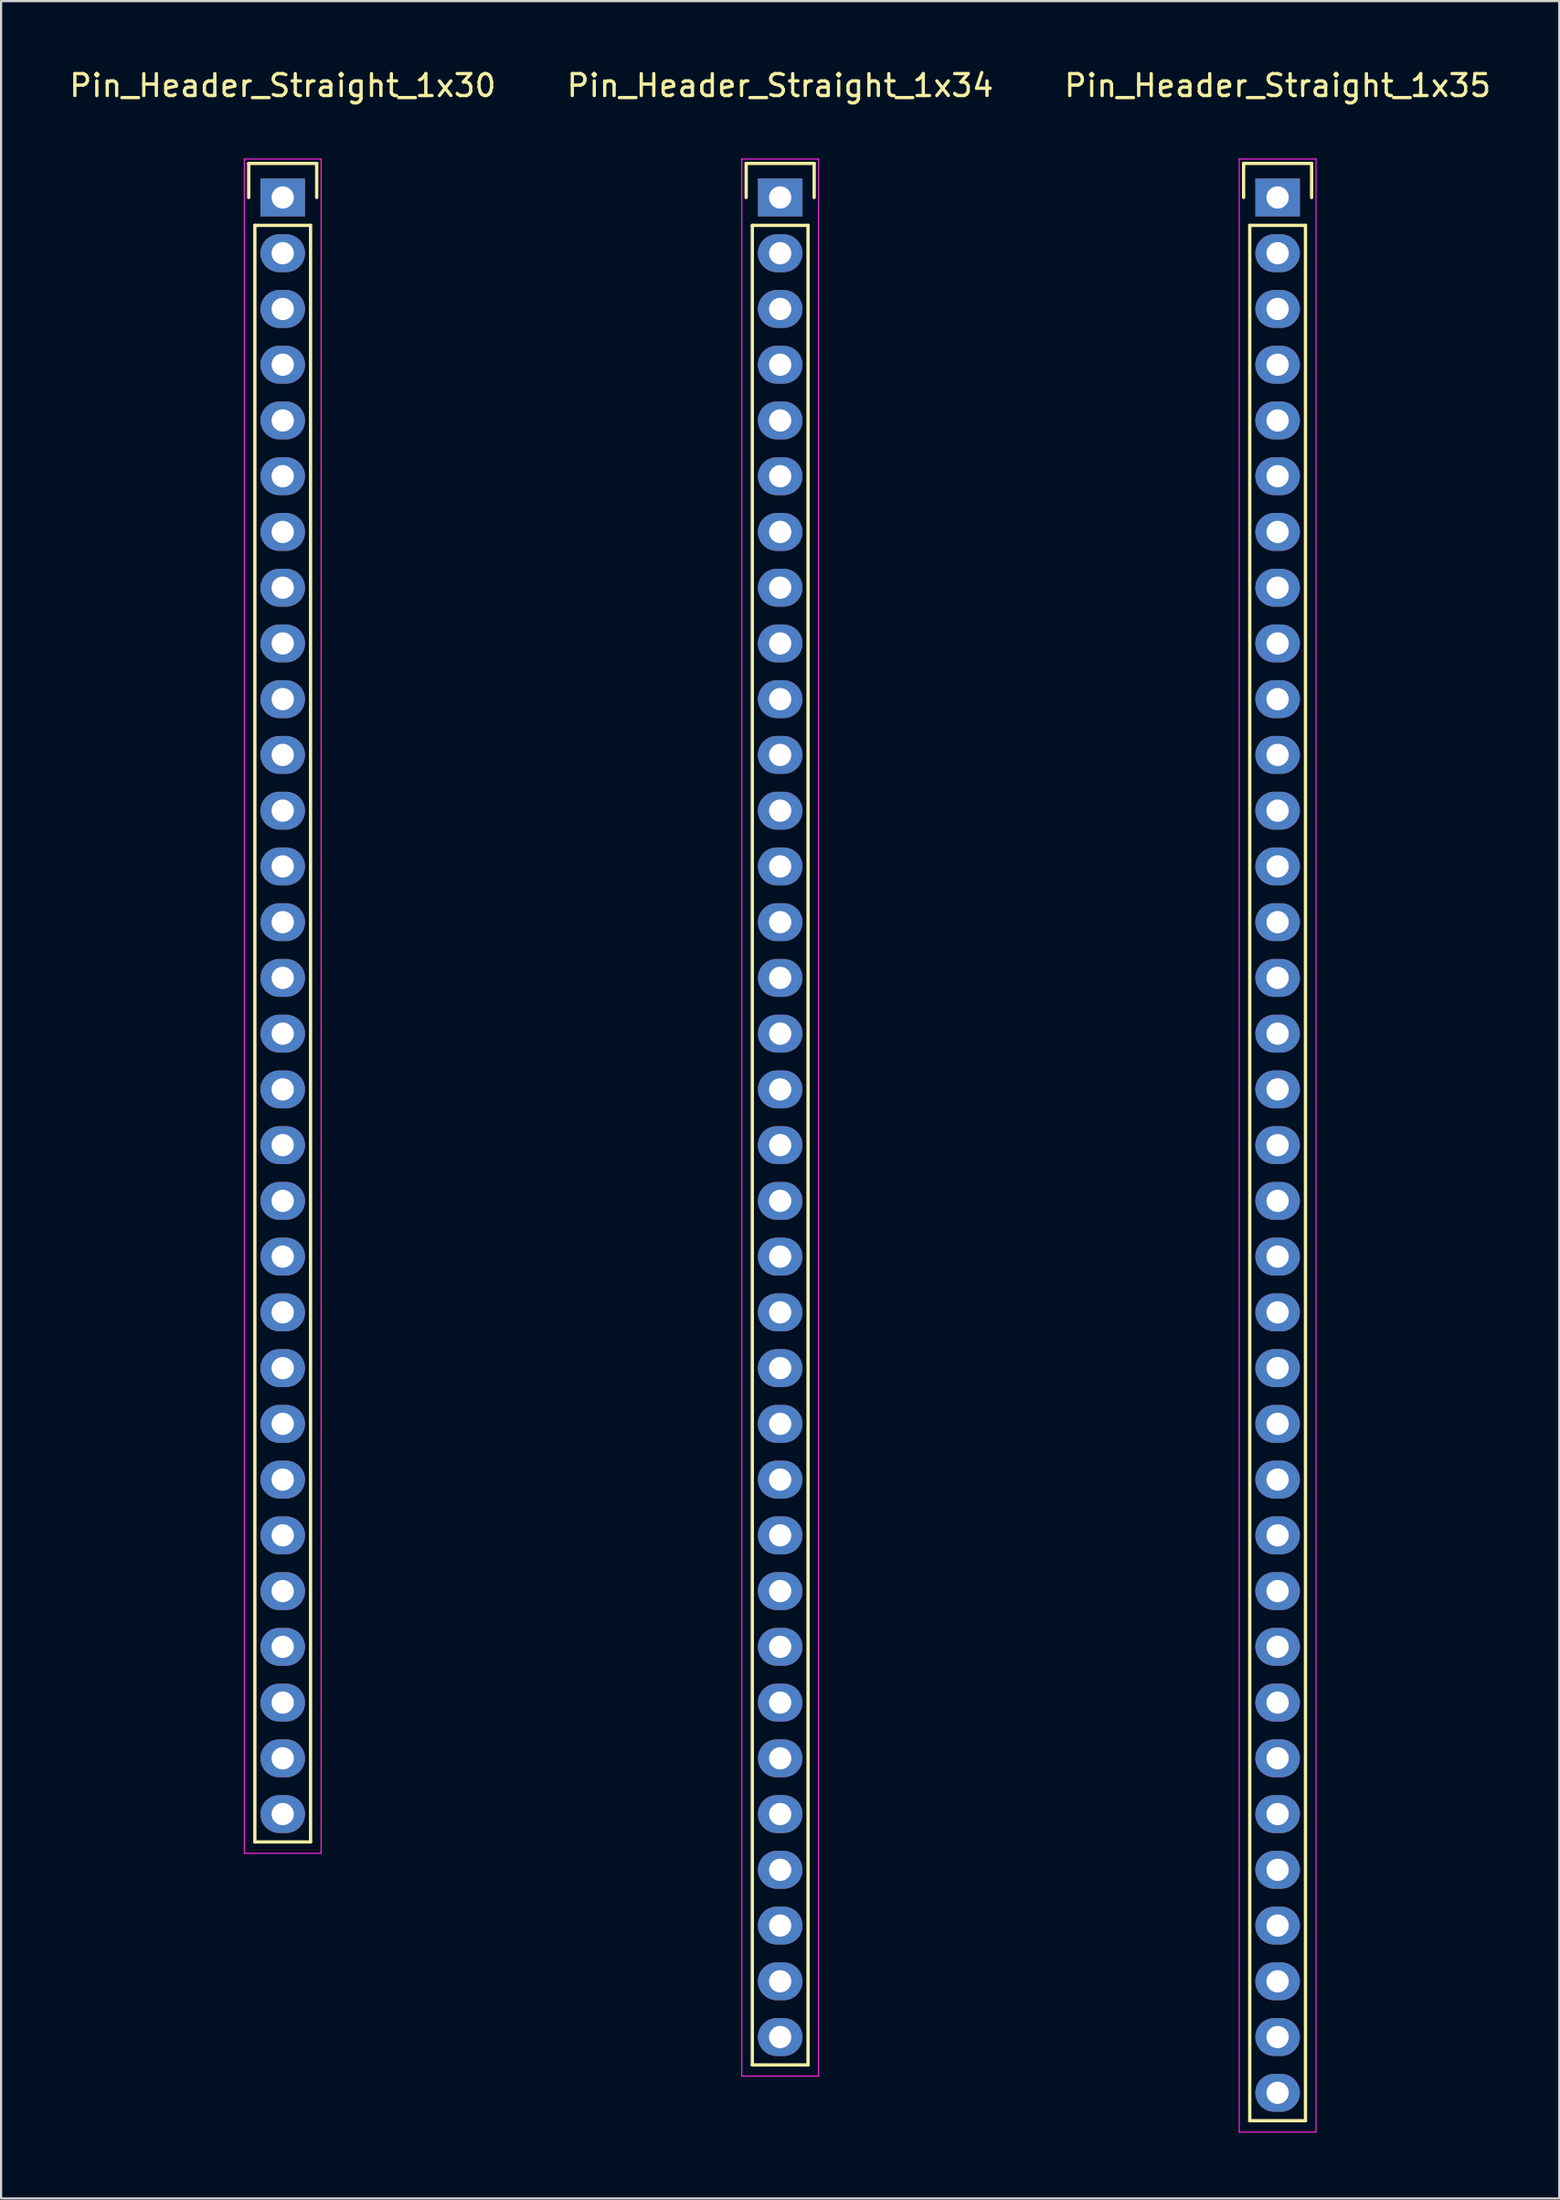
<source format=kicad_pcb>
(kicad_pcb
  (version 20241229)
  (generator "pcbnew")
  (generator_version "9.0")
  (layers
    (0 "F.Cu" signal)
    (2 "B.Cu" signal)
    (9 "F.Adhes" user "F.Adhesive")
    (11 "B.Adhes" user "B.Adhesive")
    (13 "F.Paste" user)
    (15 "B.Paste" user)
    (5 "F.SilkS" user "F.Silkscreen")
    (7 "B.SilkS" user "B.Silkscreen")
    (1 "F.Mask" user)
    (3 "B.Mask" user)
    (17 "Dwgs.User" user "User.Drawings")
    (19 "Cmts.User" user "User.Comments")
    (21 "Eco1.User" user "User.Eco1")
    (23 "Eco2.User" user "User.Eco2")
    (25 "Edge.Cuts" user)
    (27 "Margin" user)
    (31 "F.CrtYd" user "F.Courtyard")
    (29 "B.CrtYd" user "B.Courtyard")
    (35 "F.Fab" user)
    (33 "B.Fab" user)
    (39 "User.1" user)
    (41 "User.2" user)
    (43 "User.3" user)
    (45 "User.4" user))
  (footprint "Pin_Header_Straight_1x35"
    (layer "F.Cu")
    (at 55.196 5.948)
    (property "Reference" "Pin_Header_Straight_1x35" (at 0 -5.1 0) (layer "F.SilkS") (effects (font (size 1 1) (thickness 0.15))))
    (attr through_hole)
    (fp_line (start -1.55 -1.55) (end 1.55 -1.55) (stroke (width 0.15) (type solid)) (layer "F.SilkS"))
    (fp_line (start -1.55 0) (end -1.55 -1.55) (stroke (width 0.15) (type solid)) (layer "F.SilkS"))
    (fp_line (start -1.27 1.27) (end -1.27 87.63) (stroke (width 0.15) (type solid)) (layer "F.SilkS"))
    (fp_line (start -1.27 87.63) (end 1.27 87.63) (stroke (width 0.15) (type solid)) (layer "F.SilkS"))
    (fp_line (start 1.27 1.27) (end -1.27 1.27) (stroke (width 0.15) (type solid)) (layer "F.SilkS"))
    (fp_line (start 1.27 87.63) (end 1.27 1.27) (stroke (width 0.15) (type solid)) (layer "F.SilkS"))
    (fp_line (start 1.55 -1.55) (end 1.55 0) (stroke (width 0.15) (type solid)) (layer "F.SilkS"))
    (fp_line (start -1.75 -1.75) (end -1.75 88.15) (stroke (width 0.05) (type solid)) (layer "F.CrtYd"))
    (fp_line (start -1.75 -1.75) (end 1.75 -1.75) (stroke (width 0.05) (type solid)) (layer "F.CrtYd"))
    (fp_line (start -1.75 88.15) (end 1.75 88.15) (stroke (width 0.05) (type solid)) (layer "F.CrtYd"))
    (fp_line (start 1.75 -1.75) (end 1.75 88.15) (stroke (width 0.05) (type solid)) (layer "F.CrtYd"))
    (pad "1" thru_hole rect (at 0 0) (size 2.032 1.727) (drill 1.016) (layers "*.Cu" "*.Mask"))
    (pad "2" thru_hole oval (at 0 2.54) (size 2.032 1.727) (drill 1.016) (layers "*.Cu" "*.Mask"))
    (pad "3" thru_hole oval (at 0 5.08) (size 2.032 1.727) (drill 1.016) (layers "*.Cu" "*.Mask"))
    (pad "4" thru_hole oval (at 0 7.62) (size 2.032 1.727) (drill 1.016) (layers "*.Cu" "*.Mask"))
    (pad "5" thru_hole oval (at 0 10.16) (size 2.032 1.727) (drill 1.016) (layers "*.Cu" "*.Mask"))
    (pad "6" thru_hole oval (at 0 12.7) (size 2.032 1.727) (drill 1.016) (layers "*.Cu" "*.Mask"))
    (pad "7" thru_hole oval (at 0 15.24) (size 2.032 1.727) (drill 1.016) (layers "*.Cu" "*.Mask"))
    (pad "8" thru_hole oval (at 0 17.78) (size 2.032 1.727) (drill 1.016) (layers "*.Cu" "*.Mask"))
    (pad "9" thru_hole oval (at 0 20.32) (size 2.032 1.727) (drill 1.016) (layers "*.Cu" "*.Mask"))
    (pad "10" thru_hole oval (at 0 22.86) (size 2.032 1.727) (drill 1.016) (layers "*.Cu" "*.Mask"))
    (pad "11" thru_hole oval (at 0 25.4) (size 2.032 1.727) (drill 1.016) (layers "*.Cu" "*.Mask"))
    (pad "12" thru_hole oval (at 0 27.94) (size 2.032 1.727) (drill 1.016) (layers "*.Cu" "*.Mask"))
    (pad "13" thru_hole oval (at 0 30.48) (size 2.032 1.727) (drill 1.016) (layers "*.Cu" "*.Mask"))
    (pad "14" thru_hole oval (at 0 33.02) (size 2.032 1.727) (drill 1.016) (layers "*.Cu" "*.Mask"))
    (pad "15" thru_hole oval (at 0 35.56) (size 2.032 1.727) (drill 1.016) (layers "*.Cu" "*.Mask"))
    (pad "16" thru_hole oval (at 0 38.1) (size 2.032 1.727) (drill 1.016) (layers "*.Cu" "*.Mask"))
    (pad "17" thru_hole oval (at 0 40.64) (size 2.032 1.727) (drill 1.016) (layers "*.Cu" "*.Mask"))
    (pad "18" thru_hole oval (at 0 43.18) (size 2.032 1.727) (drill 1.016) (layers "*.Cu" "*.Mask"))
    (pad "19" thru_hole oval (at 0 45.72) (size 2.032 1.727) (drill 1.016) (layers "*.Cu" "*.Mask"))
    (pad "20" thru_hole oval (at 0 48.26) (size 2.032 1.727) (drill 1.016) (layers "*.Cu" "*.Mask"))
    (pad "21" thru_hole oval (at 0 50.8) (size 2.032 1.727) (drill 1.016) (layers "*.Cu" "*.Mask"))
    (pad "22" thru_hole oval (at 0 53.34) (size 2.032 1.727) (drill 1.016) (layers "*.Cu" "*.Mask"))
    (pad "23" thru_hole oval (at 0 55.88) (size 2.032 1.727) (drill 1.016) (layers "*.Cu" "*.Mask"))
    (pad "24" thru_hole oval (at 0 58.42) (size 2.032 1.727) (drill 1.016) (layers "*.Cu" "*.Mask"))
    (pad "25" thru_hole oval (at 0 60.96) (size 2.032 1.727) (drill 1.016) (layers "*.Cu" "*.Mask"))
    (pad "26" thru_hole oval (at 0 63.5) (size 2.032 1.727) (drill 1.016) (layers "*.Cu" "*.Mask"))
    (pad "27" thru_hole oval (at 0 66.04) (size 2.032 1.727) (drill 1.016) (layers "*.Cu" "*.Mask"))
    (pad "28" thru_hole oval (at 0 68.58) (size 2.032 1.727) (drill 1.016) (layers "*.Cu" "*.Mask"))
    (pad "29" thru_hole oval (at 0 71.12) (size 2.032 1.727) (drill 1.016) (layers "*.Cu" "*.Mask"))
    (pad "30" thru_hole oval (at 0 73.66) (size 2.032 1.727) (drill 1.016) (layers "*.Cu" "*.Mask"))
    (pad "31" thru_hole oval (at 0 76.2) (size 2.032 1.727) (drill 1.016) (layers "*.Cu" "*.Mask"))
    (pad "32" thru_hole oval (at 0 78.74) (size 2.032 1.727) (drill 1.016) (layers "*.Cu" "*.Mask"))
    (pad "33" thru_hole oval (at 0 81.28) (size 2.032 1.727) (drill 1.016) (layers "*.Cu" "*.Mask"))
    (pad "34" thru_hole oval (at 0 83.82) (size 2.032 1.727) (drill 1.016) (layers "*.Cu" "*.Mask"))
    (pad "35" thru_hole oval (at 0 86.36) (size 2.032 1.727) (drill 1.016) (layers "*.Cu" "*.Mask")))
  (footprint "Pin_Header_Straight_1x34"
    (layer "F.Cu")
    (at 32.518 5.948)
    (property "Reference" "Pin_Header_Straight_1x34" (at 0 -5.1 0) (layer "F.SilkS") (effects (font (size 1 1) (thickness 0.15))))
    (attr through_hole)
    (fp_line (start -1.55 -1.55) (end 1.55 -1.55) (stroke (width 0.15) (type solid)) (layer "F.SilkS"))
    (fp_line (start -1.55 0) (end -1.55 -1.55) (stroke (width 0.15) (type solid)) (layer "F.SilkS"))
    (fp_line (start -1.27 1.27) (end -1.27 85.09) (stroke (width 0.15) (type solid)) (layer "F.SilkS"))
    (fp_line (start -1.27 85.09) (end 1.27 85.09) (stroke (width 0.15) (type solid)) (layer "F.SilkS"))
    (fp_line (start 1.27 1.27) (end -1.27 1.27) (stroke (width 0.15) (type solid)) (layer "F.SilkS"))
    (fp_line (start 1.27 85.09) (end 1.27 1.27) (stroke (width 0.15) (type solid)) (layer "F.SilkS"))
    (fp_line (start 1.55 -1.55) (end 1.55 0) (stroke (width 0.15) (type solid)) (layer "F.SilkS"))
    (fp_line (start -1.75 -1.75) (end -1.75 85.6) (stroke (width 0.05) (type solid)) (layer "F.CrtYd"))
    (fp_line (start -1.75 -1.75) (end 1.75 -1.75) (stroke (width 0.05) (type solid)) (layer "F.CrtYd"))
    (fp_line (start -1.75 85.6) (end 1.75 85.6) (stroke (width 0.05) (type solid)) (layer "F.CrtYd"))
    (fp_line (start 1.75 -1.75) (end 1.75 85.6) (stroke (width 0.05) (type solid)) (layer "F.CrtYd"))
    (pad "1" thru_hole rect (at 0 0) (size 2.032 1.727) (drill 1.016) (layers "*.Cu" "*.Mask"))
    (pad "2" thru_hole oval (at 0 2.54) (size 2.032 1.727) (drill 1.016) (layers "*.Cu" "*.Mask"))
    (pad "3" thru_hole oval (at 0 5.08) (size 2.032 1.727) (drill 1.016) (layers "*.Cu" "*.Mask"))
    (pad "4" thru_hole oval (at 0 7.62) (size 2.032 1.727) (drill 1.016) (layers "*.Cu" "*.Mask"))
    (pad "5" thru_hole oval (at 0 10.16) (size 2.032 1.727) (drill 1.016) (layers "*.Cu" "*.Mask"))
    (pad "6" thru_hole oval (at 0 12.7) (size 2.032 1.727) (drill 1.016) (layers "*.Cu" "*.Mask"))
    (pad "7" thru_hole oval (at 0 15.24) (size 2.032 1.727) (drill 1.016) (layers "*.Cu" "*.Mask"))
    (pad "8" thru_hole oval (at 0 17.78) (size 2.032 1.727) (drill 1.016) (layers "*.Cu" "*.Mask"))
    (pad "9" thru_hole oval (at 0 20.32) (size 2.032 1.727) (drill 1.016) (layers "*.Cu" "*.Mask"))
    (pad "10" thru_hole oval (at 0 22.86) (size 2.032 1.727) (drill 1.016) (layers "*.Cu" "*.Mask"))
    (pad "11" thru_hole oval (at 0 25.4) (size 2.032 1.727) (drill 1.016) (layers "*.Cu" "*.Mask"))
    (pad "12" thru_hole oval (at 0 27.94) (size 2.032 1.727) (drill 1.016) (layers "*.Cu" "*.Mask"))
    (pad "13" thru_hole oval (at 0 30.48) (size 2.032 1.727) (drill 1.016) (layers "*.Cu" "*.Mask"))
    (pad "14" thru_hole oval (at 0 33.02) (size 2.032 1.727) (drill 1.016) (layers "*.Cu" "*.Mask"))
    (pad "15" thru_hole oval (at 0 35.56) (size 2.032 1.727) (drill 1.016) (layers "*.Cu" "*.Mask"))
    (pad "16" thru_hole oval (at 0 38.1) (size 2.032 1.727) (drill 1.016) (layers "*.Cu" "*.Mask"))
    (pad "17" thru_hole oval (at 0 40.64) (size 2.032 1.727) (drill 1.016) (layers "*.Cu" "*.Mask"))
    (pad "18" thru_hole oval (at 0 43.18) (size 2.032 1.727) (drill 1.016) (layers "*.Cu" "*.Mask"))
    (pad "19" thru_hole oval (at 0 45.72) (size 2.032 1.727) (drill 1.016) (layers "*.Cu" "*.Mask"))
    (pad "20" thru_hole oval (at 0 48.26) (size 2.032 1.727) (drill 1.016) (layers "*.Cu" "*.Mask"))
    (pad "21" thru_hole oval (at 0 50.8) (size 2.032 1.727) (drill 1.016) (layers "*.Cu" "*.Mask"))
    (pad "22" thru_hole oval (at 0 53.34) (size 2.032 1.727) (drill 1.016) (layers "*.Cu" "*.Mask"))
    (pad "23" thru_hole oval (at 0 55.88) (size 2.032 1.727) (drill 1.016) (layers "*.Cu" "*.Mask"))
    (pad "24" thru_hole oval (at 0 58.42) (size 2.032 1.727) (drill 1.016) (layers "*.Cu" "*.Mask"))
    (pad "25" thru_hole oval (at 0 60.96) (size 2.032 1.727) (drill 1.016) (layers "*.Cu" "*.Mask"))
    (pad "26" thru_hole oval (at 0 63.5) (size 2.032 1.727) (drill 1.016) (layers "*.Cu" "*.Mask"))
    (pad "27" thru_hole oval (at 0 66.04) (size 2.032 1.727) (drill 1.016) (layers "*.Cu" "*.Mask"))
    (pad "28" thru_hole oval (at 0 68.58) (size 2.032 1.727) (drill 1.016) (layers "*.Cu" "*.Mask"))
    (pad "29" thru_hole oval (at 0 71.12) (size 2.032 1.727) (drill 1.016) (layers "*.Cu" "*.Mask"))
    (pad "30" thru_hole oval (at 0 73.66) (size 2.032 1.727) (drill 1.016) (layers "*.Cu" "*.Mask"))
    (pad "31" thru_hole oval (at 0 76.2) (size 2.032 1.727) (drill 1.016) (layers "*.Cu" "*.Mask"))
    (pad "32" thru_hole oval (at 0 78.74) (size 2.032 1.727) (drill 1.016) (layers "*.Cu" "*.Mask"))
    (pad "33" thru_hole oval (at 0 81.28) (size 2.032 1.727) (drill 1.016) (layers "*.Cu" "*.Mask"))
    (pad "34" thru_hole oval (at 0 83.82) (size 2.032 1.727) (drill 1.016) (layers "*.Cu" "*.Mask")))
  (footprint "Pin_Header_Straight_1x30"
    (layer "F.Cu")
    (at 9.839 5.948)
    (property "Reference" "Pin_Header_Straight_1x30" (at 0 -5.1 0) (layer "F.SilkS") (effects (font (size 1 1) (thickness 0.15))))
    (attr through_hole)
    (fp_line (start -1.55 -1.55) (end 1.55 -1.55) (stroke (width 0.15) (type solid)) (layer "F.SilkS"))
    (fp_line (start -1.55 0) (end -1.55 -1.55) (stroke (width 0.15) (type solid)) (layer "F.SilkS"))
    (fp_line (start -1.27 1.27) (end -1.27 74.93) (stroke (width 0.15) (type solid)) (layer "F.SilkS"))
    (fp_line (start -1.27 74.93) (end 1.27 74.93) (stroke (width 0.15) (type solid)) (layer "F.SilkS"))
    (fp_line (start 1.27 1.27) (end -1.27 1.27) (stroke (width 0.15) (type solid)) (layer "F.SilkS"))
    (fp_line (start 1.27 74.93) (end 1.27 1.27) (stroke (width 0.15) (type solid)) (layer "F.SilkS"))
    (fp_line (start 1.55 -1.55) (end 1.55 0) (stroke (width 0.15) (type solid)) (layer "F.SilkS"))
    (fp_line (start -1.75 -1.75) (end -1.75 75.45) (stroke (width 0.05) (type solid)) (layer "F.CrtYd"))
    (fp_line (start -1.75 -1.75) (end 1.75 -1.75) (stroke (width 0.05) (type solid)) (layer "F.CrtYd"))
    (fp_line (start -1.75 75.45) (end 1.75 75.45) (stroke (width 0.05) (type solid)) (layer "F.CrtYd"))
    (fp_line (start 1.75 -1.75) (end 1.75 75.45) (stroke (width 0.05) (type solid)) (layer "F.CrtYd"))
    (pad "1" thru_hole rect (at 0 0) (size 2.032 1.727) (drill 1.016) (layers "*.Cu" "*.Mask"))
    (pad "2" thru_hole oval (at 0 2.54) (size 2.032 1.727) (drill 1.016) (layers "*.Cu" "*.Mask"))
    (pad "3" thru_hole oval (at 0 5.08) (size 2.032 1.727) (drill 1.016) (layers "*.Cu" "*.Mask"))
    (pad "4" thru_hole oval (at 0 7.62) (size 2.032 1.727) (drill 1.016) (layers "*.Cu" "*.Mask"))
    (pad "5" thru_hole oval (at 0 10.16) (size 2.032 1.727) (drill 1.016) (layers "*.Cu" "*.Mask"))
    (pad "6" thru_hole oval (at 0 12.7) (size 2.032 1.727) (drill 1.016) (layers "*.Cu" "*.Mask"))
    (pad "7" thru_hole oval (at 0 15.24) (size 2.032 1.727) (drill 1.016) (layers "*.Cu" "*.Mask"))
    (pad "8" thru_hole oval (at 0 17.78) (size 2.032 1.727) (drill 1.016) (layers "*.Cu" "*.Mask"))
    (pad "9" thru_hole oval (at 0 20.32) (size 2.032 1.727) (drill 1.016) (layers "*.Cu" "*.Mask"))
    (pad "10" thru_hole oval (at 0 22.86) (size 2.032 1.727) (drill 1.016) (layers "*.Cu" "*.Mask"))
    (pad "11" thru_hole oval (at 0 25.4) (size 2.032 1.727) (drill 1.016) (layers "*.Cu" "*.Mask"))
    (pad "12" thru_hole oval (at 0 27.94) (size 2.032 1.727) (drill 1.016) (layers "*.Cu" "*.Mask"))
    (pad "13" thru_hole oval (at 0 30.48) (size 2.032 1.727) (drill 1.016) (layers "*.Cu" "*.Mask"))
    (pad "14" thru_hole oval (at 0 33.02) (size 2.032 1.727) (drill 1.016) (layers "*.Cu" "*.Mask"))
    (pad "15" thru_hole oval (at 0 35.56) (size 2.032 1.727) (drill 1.016) (layers "*.Cu" "*.Mask"))
    (pad "16" thru_hole oval (at 0 38.1) (size 2.032 1.727) (drill 1.016) (layers "*.Cu" "*.Mask"))
    (pad "17" thru_hole oval (at 0 40.64) (size 2.032 1.727) (drill 1.016) (layers "*.Cu" "*.Mask"))
    (pad "18" thru_hole oval (at 0 43.18) (size 2.032 1.727) (drill 1.016) (layers "*.Cu" "*.Mask"))
    (pad "19" thru_hole oval (at 0 45.72) (size 2.032 1.727) (drill 1.016) (layers "*.Cu" "*.Mask"))
    (pad "20" thru_hole oval (at 0 48.26) (size 2.032 1.727) (drill 1.016) (layers "*.Cu" "*.Mask"))
    (pad "21" thru_hole oval (at 0 50.8) (size 2.032 1.727) (drill 1.016) (layers "*.Cu" "*.Mask"))
    (pad "22" thru_hole oval (at 0 53.34) (size 2.032 1.727) (drill 1.016) (layers "*.Cu" "*.Mask"))
    (pad "23" thru_hole oval (at 0 55.88) (size 2.032 1.727) (drill 1.016) (layers "*.Cu" "*.Mask"))
    (pad "24" thru_hole oval (at 0 58.42) (size 2.032 1.727) (drill 1.016) (layers "*.Cu" "*.Mask"))
    (pad "25" thru_hole oval (at 0 60.96) (size 2.032 1.727) (drill 1.016) (layers "*.Cu" "*.Mask"))
    (pad "26" thru_hole oval (at 0 63.5) (size 2.032 1.727) (drill 1.016) (layers "*.Cu" "*.Mask"))
    (pad "27" thru_hole oval (at 0 66.04) (size 2.032 1.727) (drill 1.016) (layers "*.Cu" "*.Mask"))
    (pad "28" thru_hole oval (at 0 68.58) (size 2.032 1.727) (drill 1.016) (layers "*.Cu" "*.Mask"))
    (pad "29" thru_hole oval (at 0 71.12) (size 2.032 1.727) (drill 1.016) (layers "*.Cu" "*.Mask"))
    (pad "30" thru_hole oval (at 0 73.66) (size 2.032 1.727) (drill 1.016) (layers "*.Cu" "*.Mask")))
  (gr_rect
    (start -3 -3)
    (end 68.036 97.123)
    (stroke (width 0.1) (type default))
    (fill no)
    (layer "Edge.Cuts")))
</source>
